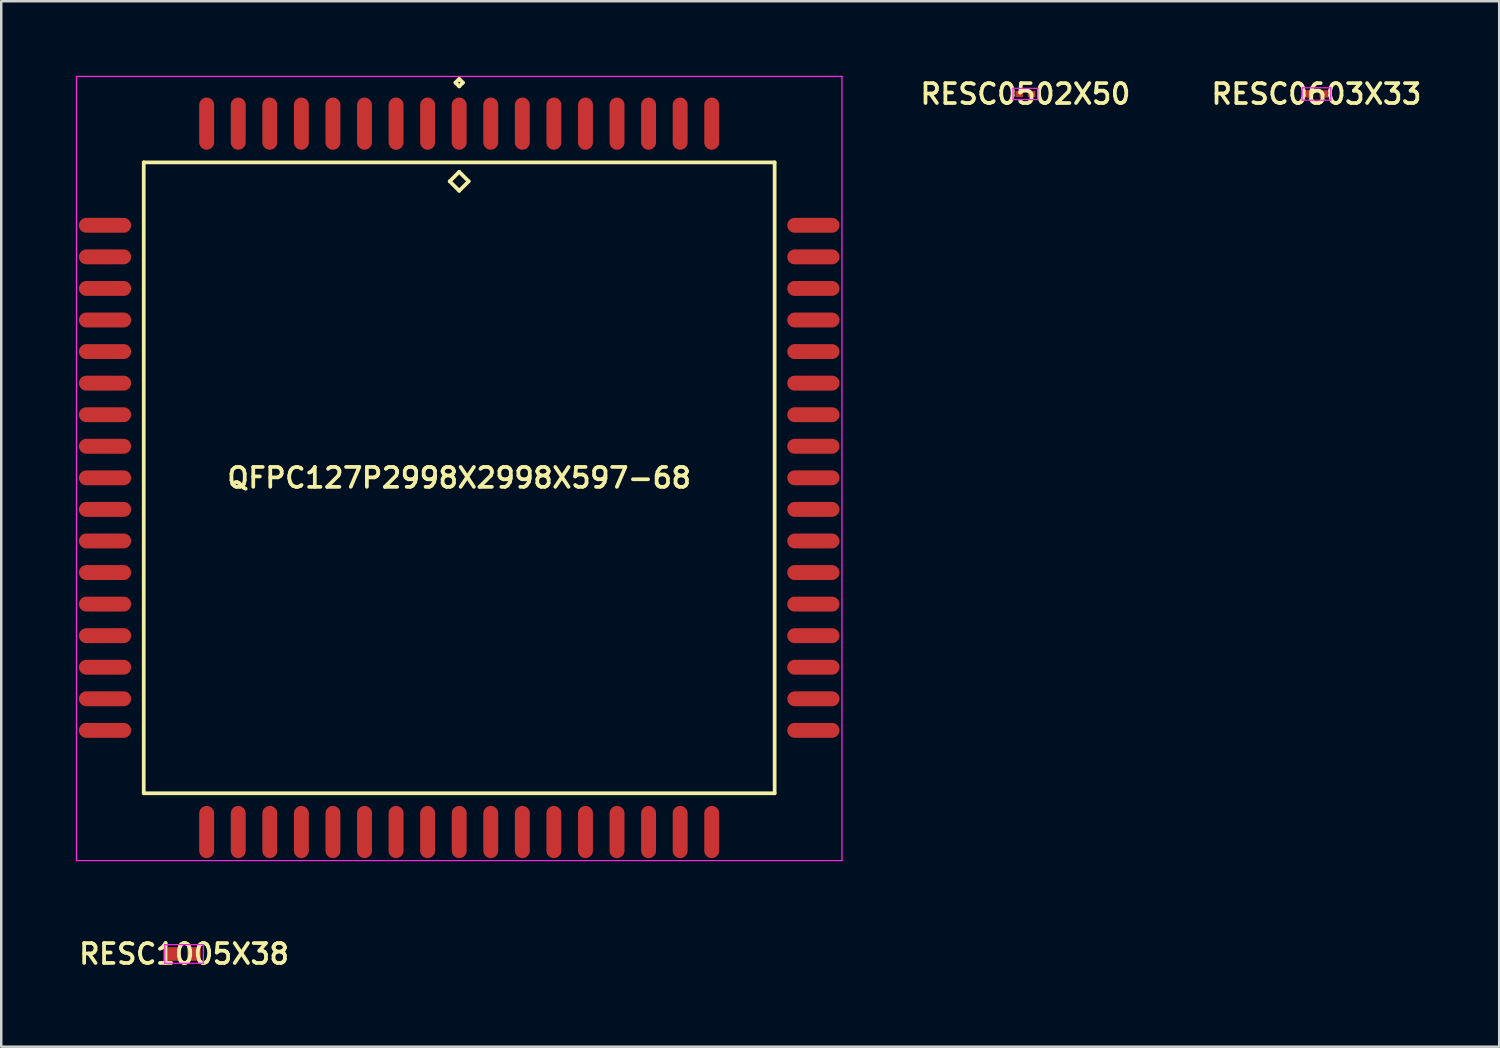
<source format=kicad_pcb>
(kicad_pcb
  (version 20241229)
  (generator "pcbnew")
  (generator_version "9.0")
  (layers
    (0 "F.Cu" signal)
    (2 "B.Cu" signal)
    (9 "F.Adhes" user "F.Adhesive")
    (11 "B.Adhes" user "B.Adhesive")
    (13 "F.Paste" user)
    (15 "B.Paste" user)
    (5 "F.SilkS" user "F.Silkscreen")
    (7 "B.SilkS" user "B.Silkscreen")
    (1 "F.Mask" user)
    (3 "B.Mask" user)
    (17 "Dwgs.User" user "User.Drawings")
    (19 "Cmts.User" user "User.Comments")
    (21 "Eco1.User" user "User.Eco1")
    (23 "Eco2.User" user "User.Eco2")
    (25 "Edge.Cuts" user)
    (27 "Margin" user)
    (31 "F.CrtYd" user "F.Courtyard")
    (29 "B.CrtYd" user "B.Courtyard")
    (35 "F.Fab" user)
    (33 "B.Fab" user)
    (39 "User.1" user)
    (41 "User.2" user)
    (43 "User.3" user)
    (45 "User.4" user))
  (footprint "RESC1005X38"
    (layer "F.Cu")
    (at 4.355 35.331)
    (property "Reference" "RESC1005X38" (at 0 0 0) (layer "F.SilkS") (effects (font (size 0.8 0.8) (thickness 0.15))))
    (attr smd)
    (fp_line (start -0.775 -0.375) (end 0.775 -0.375) (stroke (width 0.05) (type solid)) (layer "F.CrtYd"))
    (fp_line (start -0.775 0.375) (end -0.775 -0.375) (stroke (width 0.05) (type solid)) (layer "F.CrtYd"))
    (fp_line (start 0.775 -0.375) (end 0.775 0.375) (stroke (width 0.05) (type solid)) (layer "F.CrtYd"))
    (fp_line (start 0.775 0.375) (end -0.775 0.375) (stroke (width 0.05) (type solid)) (layer "F.CrtYd"))
    (pad "1" smd rect (at -0.4 0) (size 0.55 0.55) (layers "F.Cu" "F.Mask" "F.Paste"))
    (pad "2" smd rect (at 0.4 0) (size 0.55 0.55) (layers "F.Cu" "F.Mask" "F.Paste")))
  (footprint "RESC0603X33"
    (layer "F.Cu")
    (at 49.914 0.731)
    (property "Reference" "RESC0603X33" (at 0 0 0) (layer "F.SilkS") (effects (font (size 0.8 0.8) (thickness 0.15))))
    (attr smd)
    (fp_line (start -0.575 -0.25) (end 0.575 -0.25) (stroke (width 0.05) (type solid)) (layer "F.CrtYd"))
    (fp_line (start -0.575 0.25) (end -0.575 -0.25) (stroke (width 0.05) (type solid)) (layer "F.CrtYd"))
    (fp_line (start 0.575 -0.25) (end 0.575 0.25) (stroke (width 0.05) (type solid)) (layer "F.CrtYd"))
    (fp_line (start 0.575 0.25) (end -0.575 0.25) (stroke (width 0.05) (type solid)) (layer "F.CrtYd"))
    (pad "1" smd rect (at -0.3 0) (size 0.35 0.3) (layers "F.Cu" "F.Mask" "F.Paste"))
    (pad "2" smd rect (at 0.3 0) (size 0.35 0.3) (layers "F.Cu" "F.Mask" "F.Paste")))
  (footprint "QFPC127P2998X2998X597-68"
    (layer "F.Cu")
    (at 15.425 16.175)
    (property "Reference" "QFPC127P2998X2998X597-68" (at 0 0 0) (layer "F.SilkS") (effects (font (size 0.8 0.8) (thickness 0.15))))
    (attr smd)
    (fp_line (start -12.692 -12.692) (end -12.692 12.692) (stroke (width 0.15) (type solid)) (layer "F.SilkS"))
    (fp_line (start -12.692 12.692) (end 12.692 12.692) (stroke (width 0.15) (type solid)) (layer "F.SilkS"))
    (fp_line (start -0.381 -11.93) (end 0 -12.311) (stroke (width 0.15) (type solid)) (layer "F.SilkS"))
    (fp_line (start -0.15 -15.9) (end 0 -16.05) (stroke (width 0.15) (type solid)) (layer "F.SilkS"))
    (fp_line (start 0 -16.05) (end 0.15 -15.9) (stroke (width 0.15) (type solid)) (layer "F.SilkS"))
    (fp_line (start 0 -15.75) (end -0.15 -15.9) (stroke (width 0.15) (type solid)) (layer "F.SilkS"))
    (fp_line (start 0 -12.311) (end 0.381 -11.93) (stroke (width 0.15) (type solid)) (layer "F.SilkS"))
    (fp_line (start 0 -11.549) (end -0.381 -11.93) (stroke (width 0.15) (type solid)) (layer "F.SilkS"))
    (fp_line (start 0.15 -15.9) (end 0 -15.75) (stroke (width 0.15) (type solid)) (layer "F.SilkS"))
    (fp_line (start 0.381 -11.93) (end 0 -11.549) (stroke (width 0.15) (type solid)) (layer "F.SilkS"))
    (fp_line (start 12.692 -12.692) (end -12.692 -12.692) (stroke (width 0.15) (type solid)) (layer "F.SilkS"))
    (fp_line (start 12.692 12.692) (end 12.692 -12.692) (stroke (width 0.15) (type solid)) (layer "F.SilkS"))
    (fp_line (start -15.4 -16.15) (end 15.4 -16.15) (stroke (width 0.05) (type solid)) (layer "F.CrtYd"))
    (fp_line (start -15.4 15.4) (end -15.4 -16.15) (stroke (width 0.05) (type solid)) (layer "F.CrtYd"))
    (fp_line (start 15.4 -16.15) (end 15.4 15.4) (stroke (width 0.05) (type solid)) (layer "F.CrtYd"))
    (fp_line (start 15.4 15.4) (end -15.4 15.4) (stroke (width 0.05) (type solid)) (layer "F.CrtYd"))
    (pad "1" smd oval (at 0 -14.25) (size 0.6 2.1) (layers "F.Cu" "F.Mask" "F.Paste"))
    (pad "2" smd oval (at -1.27 -14.25) (size 0.6 2.1) (layers "F.Cu" "F.Mask" "F.Paste"))
    (pad "3" smd oval (at -2.54 -14.25) (size 0.6 2.1) (layers "F.Cu" "F.Mask" "F.Paste"))
    (pad "4" smd oval (at -3.81 -14.25) (size 0.6 2.1) (layers "F.Cu" "F.Mask" "F.Paste"))
    (pad "5" smd oval (at -5.08 -14.25) (size 0.6 2.1) (layers "F.Cu" "F.Mask" "F.Paste"))
    (pad "6" smd oval (at -6.35 -14.25) (size 0.6 2.1) (layers "F.Cu" "F.Mask" "F.Paste"))
    (pad "7" smd oval (at -7.62 -14.25) (size 0.6 2.1) (layers "F.Cu" "F.Mask" "F.Paste"))
    (pad "8" smd oval (at -8.89 -14.25) (size 0.6 2.1) (layers "F.Cu" "F.Mask" "F.Paste"))
    (pad "9" smd oval (at -10.16 -14.25) (size 0.6 2.1) (layers "F.Cu" "F.Mask" "F.Paste"))
    (pad "10" smd oval (at -14.25 -10.16) (size 2.1 0.6) (layers "F.Cu" "F.Mask" "F.Paste"))
    (pad "11" smd oval (at -14.25 -8.89) (size 2.1 0.6) (layers "F.Cu" "F.Mask" "F.Paste"))
    (pad "12" smd oval (at -14.25 -7.62) (size 2.1 0.6) (layers "F.Cu" "F.Mask" "F.Paste"))
    (pad "13" smd oval (at -14.25 -6.35) (size 2.1 0.6) (layers "F.Cu" "F.Mask" "F.Paste"))
    (pad "14" smd oval (at -14.25 -5.08) (size 2.1 0.6) (layers "F.Cu" "F.Mask" "F.Paste"))
    (pad "15" smd oval (at -14.25 -3.81) (size 2.1 0.6) (layers "F.Cu" "F.Mask" "F.Paste"))
    (pad "16" smd oval (at -14.25 -2.54) (size 2.1 0.6) (layers "F.Cu" "F.Mask" "F.Paste"))
    (pad "17" smd oval (at -14.25 -1.27) (size 2.1 0.6) (layers "F.Cu" "F.Mask" "F.Paste"))
    (pad "18" smd oval (at -14.25 0) (size 2.1 0.6) (layers "F.Cu" "F.Mask" "F.Paste"))
    (pad "19" smd oval (at -14.25 1.27) (size 2.1 0.6) (layers "F.Cu" "F.Mask" "F.Paste"))
    (pad "20" smd oval (at -14.25 2.54) (size 2.1 0.6) (layers "F.Cu" "F.Mask" "F.Paste"))
    (pad "21" smd oval (at -14.25 3.81) (size 2.1 0.6) (layers "F.Cu" "F.Mask" "F.Paste"))
    (pad "22" smd oval (at -14.25 5.08) (size 2.1 0.6) (layers "F.Cu" "F.Mask" "F.Paste"))
    (pad "23" smd oval (at -14.25 6.35) (size 2.1 0.6) (layers "F.Cu" "F.Mask" "F.Paste"))
    (pad "24" smd oval (at -14.25 7.62) (size 2.1 0.6) (layers "F.Cu" "F.Mask" "F.Paste"))
    (pad "25" smd oval (at -14.25 8.89) (size 2.1 0.6) (layers "F.Cu" "F.Mask" "F.Paste"))
    (pad "26" smd oval (at -14.25 10.16) (size 2.1 0.6) (layers "F.Cu" "F.Mask" "F.Paste"))
    (pad "27" smd oval (at -10.16 14.25) (size 0.6 2.1) (layers "F.Cu" "F.Mask" "F.Paste"))
    (pad "28" smd oval (at -8.89 14.25) (size 0.6 2.1) (layers "F.Cu" "F.Mask" "F.Paste"))
    (pad "29" smd oval (at -7.62 14.25) (size 0.6 2.1) (layers "F.Cu" "F.Mask" "F.Paste"))
    (pad "30" smd oval (at -6.35 14.25) (size 0.6 2.1) (layers "F.Cu" "F.Mask" "F.Paste"))
    (pad "31" smd oval (at -5.08 14.25) (size 0.6 2.1) (layers "F.Cu" "F.Mask" "F.Paste"))
    (pad "32" smd oval (at -3.81 14.25) (size 0.6 2.1) (layers "F.Cu" "F.Mask" "F.Paste"))
    (pad "33" smd oval (at -2.54 14.25) (size 0.6 2.1) (layers "F.Cu" "F.Mask" "F.Paste"))
    (pad "34" smd oval (at -1.27 14.25) (size 0.6 2.1) (layers "F.Cu" "F.Mask" "F.Paste"))
    (pad "35" smd oval (at 0 14.25) (size 0.6 2.1) (layers "F.Cu" "F.Mask" "F.Paste"))
    (pad "36" smd oval (at 1.27 14.25) (size 0.6 2.1) (layers "F.Cu" "F.Mask" "F.Paste"))
    (pad "37" smd oval (at 2.54 14.25) (size 0.6 2.1) (layers "F.Cu" "F.Mask" "F.Paste"))
    (pad "38" smd oval (at 3.81 14.25) (size 0.6 2.1) (layers "F.Cu" "F.Mask" "F.Paste"))
    (pad "39" smd oval (at 5.08 14.25) (size 0.6 2.1) (layers "F.Cu" "F.Mask" "F.Paste"))
    (pad "40" smd oval (at 6.35 14.25) (size 0.6 2.1) (layers "F.Cu" "F.Mask" "F.Paste"))
    (pad "41" smd oval (at 7.62 14.25) (size 0.6 2.1) (layers "F.Cu" "F.Mask" "F.Paste"))
    (pad "42" smd oval (at 8.89 14.25) (size 0.6 2.1) (layers "F.Cu" "F.Mask" "F.Paste"))
    (pad "43" smd oval (at 10.16 14.25) (size 0.6 2.1) (layers "F.Cu" "F.Mask" "F.Paste"))
    (pad "44" smd oval (at 14.25 10.16) (size 2.1 0.6) (layers "F.Cu" "F.Mask" "F.Paste"))
    (pad "45" smd oval (at 14.25 8.89) (size 2.1 0.6) (layers "F.Cu" "F.Mask" "F.Paste"))
    (pad "46" smd oval (at 14.25 7.62) (size 2.1 0.6) (layers "F.Cu" "F.Mask" "F.Paste"))
    (pad "47" smd oval (at 14.25 6.35) (size 2.1 0.6) (layers "F.Cu" "F.Mask" "F.Paste"))
    (pad "48" smd oval (at 14.25 5.08) (size 2.1 0.6) (layers "F.Cu" "F.Mask" "F.Paste"))
    (pad "49" smd oval (at 14.25 3.81) (size 2.1 0.6) (layers "F.Cu" "F.Mask" "F.Paste"))
    (pad "50" smd oval (at 14.25 2.54) (size 2.1 0.6) (layers "F.Cu" "F.Mask" "F.Paste"))
    (pad "51" smd oval (at 14.25 1.27) (size 2.1 0.6) (layers "F.Cu" "F.Mask" "F.Paste"))
    (pad "52" smd oval (at 14.25 0) (size 2.1 0.6) (layers "F.Cu" "F.Mask" "F.Paste"))
    (pad "53" smd oval (at 14.25 -1.27) (size 2.1 0.6) (layers "F.Cu" "F.Mask" "F.Paste"))
    (pad "54" smd oval (at 14.25 -2.54) (size 2.1 0.6) (layers "F.Cu" "F.Mask" "F.Paste"))
    (pad "55" smd oval (at 14.25 -3.81) (size 2.1 0.6) (layers "F.Cu" "F.Mask" "F.Paste"))
    (pad "56" smd oval (at 14.25 -5.08) (size 2.1 0.6) (layers "F.Cu" "F.Mask" "F.Paste"))
    (pad "57" smd oval (at 14.25 -6.35) (size 2.1 0.6) (layers "F.Cu" "F.Mask" "F.Paste"))
    (pad "58" smd oval (at 14.25 -7.62) (size 2.1 0.6) (layers "F.Cu" "F.Mask" "F.Paste"))
    (pad "59" smd oval (at 14.25 -8.89) (size 2.1 0.6) (layers "F.Cu" "F.Mask" "F.Paste"))
    (pad "60" smd oval (at 14.25 -10.16) (size 2.1 0.6) (layers "F.Cu" "F.Mask" "F.Paste"))
    (pad "61" smd oval (at 10.16 -14.25) (size 0.6 2.1) (layers "F.Cu" "F.Mask" "F.Paste"))
    (pad "62" smd oval (at 8.89 -14.25) (size 0.6 2.1) (layers "F.Cu" "F.Mask" "F.Paste"))
    (pad "63" smd oval (at 7.62 -14.25) (size 0.6 2.1) (layers "F.Cu" "F.Mask" "F.Paste"))
    (pad "64" smd oval (at 6.35 -14.25) (size 0.6 2.1) (layers "F.Cu" "F.Mask" "F.Paste"))
    (pad "65" smd oval (at 5.08 -14.25) (size 0.6 2.1) (layers "F.Cu" "F.Mask" "F.Paste"))
    (pad "66" smd oval (at 3.81 -14.25) (size 0.6 2.1) (layers "F.Cu" "F.Mask" "F.Paste"))
    (pad "67" smd oval (at 2.54 -14.25) (size 0.6 2.1) (layers "F.Cu" "F.Mask" "F.Paste"))
    (pad "68" smd oval (at 1.27 -14.25) (size 0.6 2.1) (layers "F.Cu" "F.Mask" "F.Paste")))
  (footprint "RESC0502X50"
    (layer "F.Cu")
    (at 38.205 0.731)
    (property "Reference" "RESC0502X50" (at 0 0 0) (layer "F.SilkS") (effects (font (size 0.8 0.8) (thickness 0.15))))
    (attr smd)
    (fp_line (start -0.5 -0.225) (end 0.5 -0.225) (stroke (width 0.05) (type solid)) (layer "F.CrtYd"))
    (fp_line (start -0.5 0.225) (end -0.5 -0.225) (stroke (width 0.05) (type solid)) (layer "F.CrtYd"))
    (fp_line (start 0.5 -0.225) (end 0.5 0.225) (stroke (width 0.05) (type solid)) (layer "F.CrtYd"))
    (fp_line (start 0.5 0.225) (end -0.5 0.225) (stroke (width 0.05) (type solid)) (layer "F.CrtYd"))
    (pad "1" smd rect (at -0.25 0) (size 0.3 0.25) (layers "F.Cu" "F.Mask" "F.Paste"))
    (pad "2" smd rect (at 0.25 0) (size 0.3 0.25) (layers "F.Cu" "F.Mask" "F.Paste")))
  (gr_rect
    (start -3 -3)
    (end 57.268 39.062)
    (stroke (width 0.1) (type default))
    (fill no)
    (layer "Edge.Cuts")))
</source>
